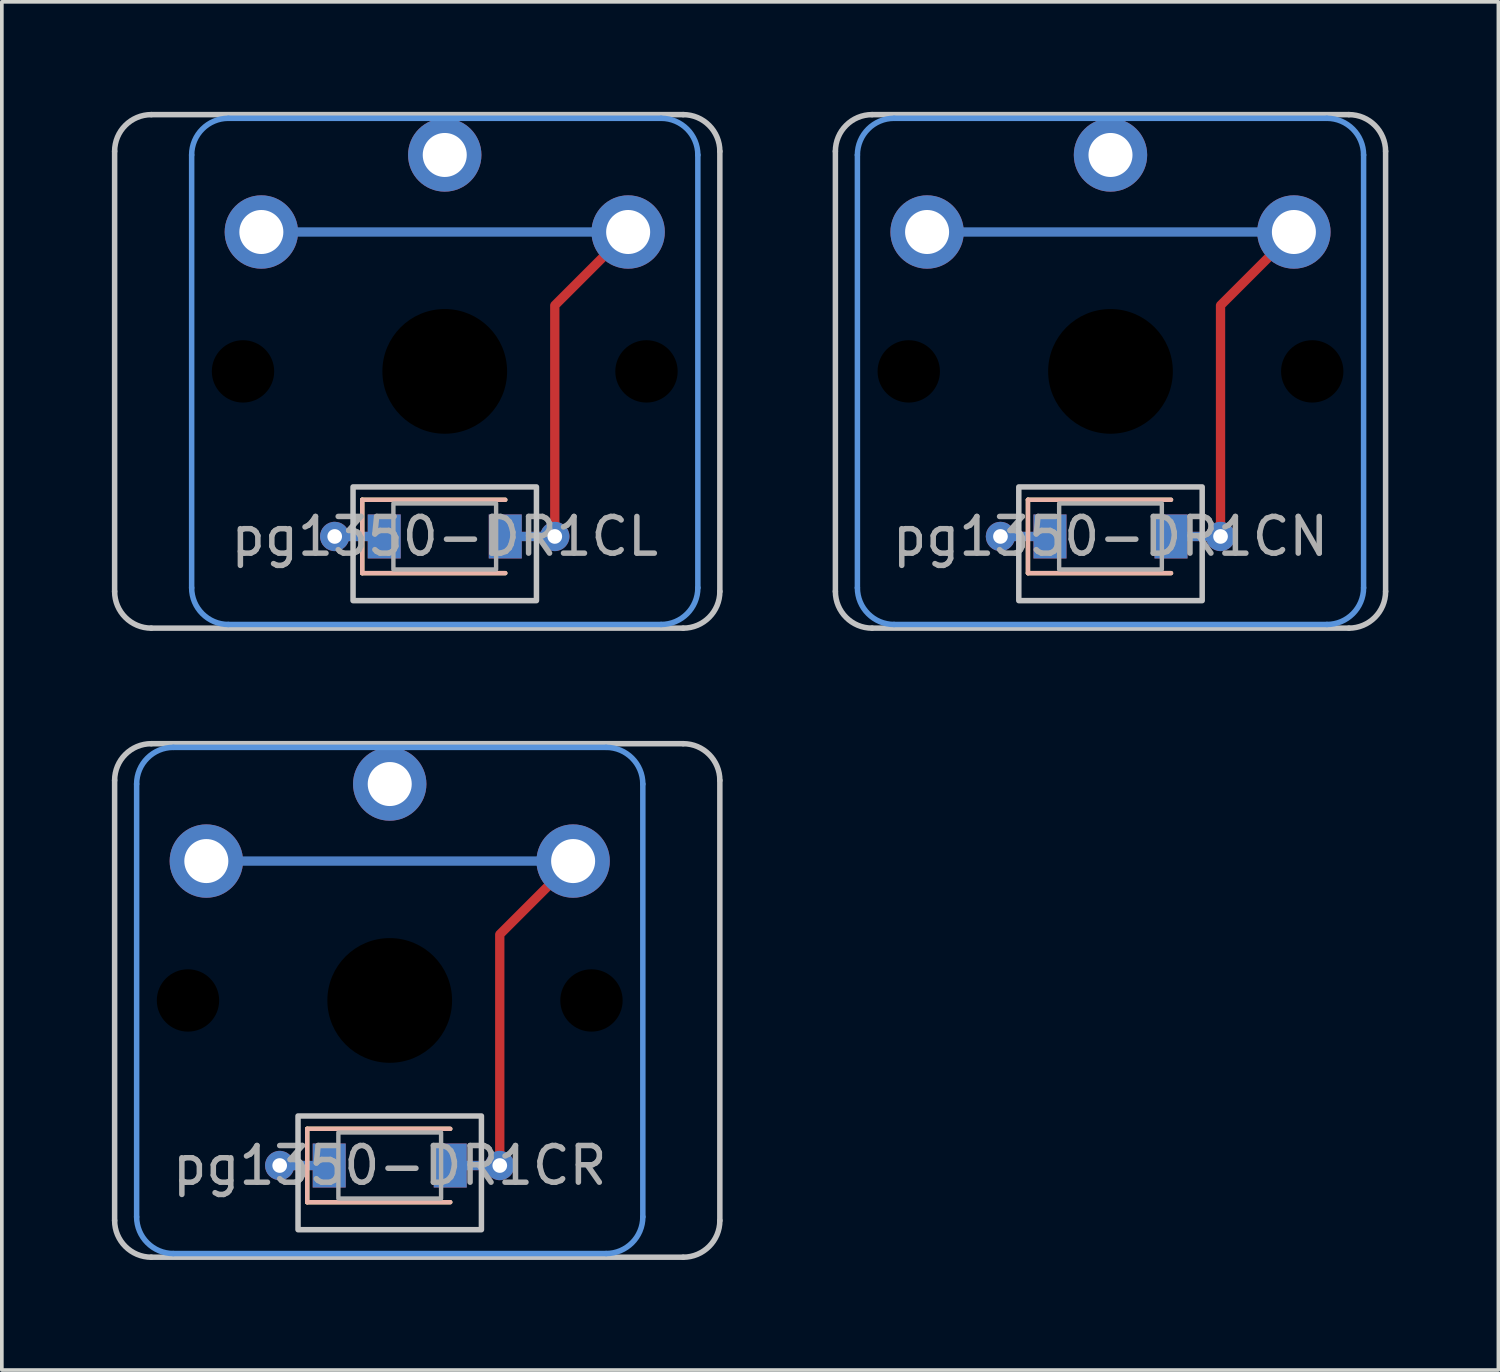
<source format=kicad_pcb>
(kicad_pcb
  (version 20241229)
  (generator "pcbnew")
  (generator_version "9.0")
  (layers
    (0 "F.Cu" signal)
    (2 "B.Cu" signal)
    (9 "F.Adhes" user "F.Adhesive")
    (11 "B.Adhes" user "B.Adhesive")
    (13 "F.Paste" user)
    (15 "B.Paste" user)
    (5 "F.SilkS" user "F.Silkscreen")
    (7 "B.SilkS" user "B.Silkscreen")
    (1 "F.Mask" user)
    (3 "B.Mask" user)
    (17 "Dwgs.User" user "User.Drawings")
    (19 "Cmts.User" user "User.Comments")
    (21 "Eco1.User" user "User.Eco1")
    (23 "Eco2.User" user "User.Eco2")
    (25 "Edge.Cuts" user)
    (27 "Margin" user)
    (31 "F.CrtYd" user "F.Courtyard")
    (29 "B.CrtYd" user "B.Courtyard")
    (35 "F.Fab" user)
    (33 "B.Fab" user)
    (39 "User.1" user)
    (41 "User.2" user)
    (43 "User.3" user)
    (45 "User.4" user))
  (footprint "pg1350-DR1CN"
    (layer "F.Cu")
    (at 27.225 11.575)
    (property "Reference" "pg1350-DR1CN" (at 0 0 0) (layer "F.Fab") (effects (font (size 1 1) (thickness 0.15))))
    (attr smd)
    (fp_line (start -2.25 -1) (end -2.25 1) (stroke (width 0.12) (type solid)) (layer "F.SilkS"))
    (fp_line (start -2.25 1) (end 1.65 1) (stroke (width 0.12) (type solid)) (layer "F.SilkS"))
    (fp_line (start 1.65 -1) (end -2.25 -1) (stroke (width 0.12) (type solid)) (layer "F.SilkS"))
    (fp_line (start -2.25 -1) (end -2.25 1) (stroke (width 0.12) (type solid)) (layer "B.SilkS"))
    (fp_line (start -2.25 1) (end 1.65 1) (stroke (width 0.12) (type solid)) (layer "B.SilkS"))
    (fp_line (start 1.65 -1) (end -2.25 -1) (stroke (width 0.12) (type solid)) (layer "B.SilkS"))
    (fp_line (start -7.5 1.5) (end -7.5 -10.5) (stroke (width 0.15) (type solid)) (layer "Dwgs.User"))
    (fp_line (start -6.5 -11.5) (end 6.5 -11.5) (stroke (width 0.15) (type solid)) (layer "Dwgs.User"))
    (fp_line (start 6.5 2.5) (end -6.5 2.5) (stroke (width 0.15) (type solid)) (layer "Dwgs.User"))
    (fp_line (start 7.5 -10.5) (end 7.5 1.5) (stroke (width 0.15) (type solid)) (layer "Dwgs.User"))
    (fp_rect (start 2.5 1.75) (end -2.5 -1.35) (stroke (width 0.15) (type solid)) (fill no) (layer "Dwgs.User"))
    (fp_arc (start -7.5 -10.5) (mid -7.207107 -11.207107) (end -6.5 -11.5) (stroke (width 0.15) (type solid)) (layer "Dwgs.User"))
    (fp_arc (start -6.5 2.5) (mid -7.207107 2.207107) (end -7.5 1.5) (stroke (width 0.15) (type solid)) (layer "Dwgs.User"))
    (fp_arc (start 6.5 -11.5) (mid 7.207107 -11.207107) (end 7.5 -10.5) (stroke (width 0.15) (type solid)) (layer "Dwgs.User"))
    (fp_arc (start 7.5 1.5) (mid 7.207107 2.207107) (end 6.5 2.5) (stroke (width 0.15) (type solid)) (layer "Dwgs.User"))
    (fp_line (start -6.9 1.4) (end -6.9 -10.4) (stroke (width 0.15) (type solid)) (layer "Cmts.User"))
    (fp_line (start -5.9 -11.4) (end 5.9 -11.4) (stroke (width 0.15) (type solid)) (layer "Cmts.User"))
    (fp_line (start 5.9 2.4) (end -5.9 2.4) (stroke (width 0.15) (type solid)) (layer "Cmts.User"))
    (fp_line (start 6.9 -10.4) (end 6.9 1.4) (stroke (width 0.15) (type solid)) (layer "Cmts.User"))
    (fp_arc (start -6.9 -10.4) (mid -6.607107 -11.107107) (end -5.9 -11.4) (stroke (width 0.15) (type solid)) (layer "Cmts.User"))
    (fp_arc (start -5.9 2.4) (mid -6.607107 2.107107) (end -6.9 1.4) (stroke (width 0.15) (type solid)) (layer "Cmts.User"))
    (fp_arc (start 5.9 -11.4) (mid 6.607107 -11.107107) (end 6.9 -10.4) (stroke (width 0.15) (type solid)) (layer "Cmts.User"))
    (fp_arc (start 6.9 1.4) (mid 6.607107 2.107107) (end 5.9 2.4) (stroke (width 0.15) (type solid)) (layer "Cmts.User"))
    (fp_rect (start 1.4 0.9) (end -1.4 -0.9) (stroke (width 0.12) (type solid)) (fill no) (layer "F.Fab"))
    (pad "" np_thru_hole circle (at -5.5 -4.5) (size 1.7 1.7) (drill 1.7) (layers "*.Mask"))
    (pad "" np_thru_hole circle (at 0 -4.5) (size 3.4 3.4) (drill 3.4) (layers "*.Mask"))
    (pad "" np_thru_hole circle (at 5.5 -4.5) (size 1.7 1.7) (drill 1.7) (layers "*.Mask"))
    (pad "1" thru_hole circle (at 0 -10.4) (size 2 2) (drill 1.2) (layers "*.Cu" "*.Mask"))
    (pad "2" smd rect (at -1.65 0) (size 0.9 1.2) (layers "*.Cu" "*.Mask"))
    (pad "3" smd custom (at -5 -8.3) (size 0.254 0.254) (layers "B.Cu") (options (anchor circle)) (primitives (gr_line (start 0 0) (end 10 0) (width 0.254))))
    (pad "3" thru_hole circle (at -5 -8.3) (size 2 2) (drill 1.2) (layers "*.Cu" "F.Mask"))
    (pad "3" thru_hole circle (at -3 0) (size 0.8 0.8) (drill 0.4) (layers "*.Cu"))
    (pad "3" smd oval (at -2.325 0) (size 1.604 0.254) (layers "F.Cu"))
    (pad "3" smd oval (at -2.325 0) (size 1.604 0.254) (layers "B.Cu"))
    (pad "3" smd rect (at 1.65 0) (size 0.9 1.2) (layers "*.Cu" "*.Mask"))
    (pad "3" smd oval (at 2.325 0) (size 1.604 0.254) (layers "F.Cu"))
    (pad "3" smd oval (at 2.325 0) (size 1.604 0.254) (layers "B.Cu"))
    (pad "3" smd custom (at 3 0) (size 0.254 0.254) (layers "F.Cu") (options (anchor circle)) (primitives (gr_line (start 2 -8.3) (end 0 -6.3) (width 0.254)) (gr_line (start 0 -6.3) (end 0 -1.35) (width 0.254)) (gr_line (start 0 -1.35) (end 0 0) (width 0.254))))
    (pad "3" thru_hole circle (at 3 0) (size 0.8 0.8) (drill 0.4) (layers "*.Cu"))
    (pad "3" thru_hole circle (at 5 -8.3) (size 2 2) (drill 1.2) (layers "*.Cu" "B.Mask")))
  (footprint "pg1350-DR1CL"
    (layer "F.Cu")
    (at 9.075 11.575)
    (property "Reference" "pg1350-DR1CL" (at 0 0 0) (layer "F.Fab") (effects (font (size 1 1) (thickness 0.15))))
    (attr smd)
    (fp_line (start -2.25 -1) (end -2.25 1) (stroke (width 0.12) (type solid)) (layer "F.SilkS"))
    (fp_line (start -2.25 1) (end 1.65 1) (stroke (width 0.12) (type solid)) (layer "F.SilkS"))
    (fp_line (start 1.65 -1) (end -2.25 -1) (stroke (width 0.12) (type solid)) (layer "F.SilkS"))
    (fp_line (start -2.25 -1) (end -2.25 1) (stroke (width 0.12) (type solid)) (layer "B.SilkS"))
    (fp_line (start -2.25 1) (end 1.65 1) (stroke (width 0.12) (type solid)) (layer "B.SilkS"))
    (fp_line (start 1.65 -1) (end -2.25 -1) (stroke (width 0.12) (type solid)) (layer "B.SilkS"))
    (fp_line (start -9 1.5) (end -9 -10.5) (stroke (width 0.15) (type solid)) (layer "Dwgs.User"))
    (fp_line (start -8 -11.5) (end 6.5 -11.5) (stroke (width 0.15) (type solid)) (layer "Dwgs.User"))
    (fp_line (start 6.5 2.5) (end -8 2.5) (stroke (width 0.15) (type solid)) (layer "Dwgs.User"))
    (fp_line (start 7.5 -10.5) (end 7.5 1.5) (stroke (width 0.15) (type solid)) (layer "Dwgs.User"))
    (fp_rect (start 2.5 1.75) (end -2.5 -1.35) (stroke (width 0.15) (type solid)) (fill no) (layer "Dwgs.User"))
    (fp_arc (start -9 -10.5) (mid -8.707107 -11.207107) (end -8 -11.5) (stroke (width 0.15) (type solid)) (layer "Dwgs.User"))
    (fp_arc (start -8 2.5) (mid -8.707107 2.207107) (end -9 1.5) (stroke (width 0.15) (type solid)) (layer "Dwgs.User"))
    (fp_arc (start 6.5 -11.5) (mid 7.207107 -11.207107) (end 7.5 -10.5) (stroke (width 0.15) (type solid)) (layer "Dwgs.User"))
    (fp_arc (start 7.5 1.5) (mid 7.207107 2.207107) (end 6.5 2.5) (stroke (width 0.15) (type solid)) (layer "Dwgs.User"))
    (fp_line (start -6.9 1.4) (end -6.9 -10.4) (stroke (width 0.15) (type solid)) (layer "Cmts.User"))
    (fp_line (start -5.9 -11.4) (end 5.9 -11.4) (stroke (width 0.15) (type solid)) (layer "Cmts.User"))
    (fp_line (start 5.9 2.4) (end -5.9 2.4) (stroke (width 0.15) (type solid)) (layer "Cmts.User"))
    (fp_line (start 6.9 -10.4) (end 6.9 1.4) (stroke (width 0.15) (type solid)) (layer "Cmts.User"))
    (fp_arc (start -6.9 -10.4) (mid -6.607107 -11.107107) (end -5.9 -11.4) (stroke (width 0.15) (type solid)) (layer "Cmts.User"))
    (fp_arc (start -5.9 2.4) (mid -6.607107 2.107107) (end -6.9 1.4) (stroke (width 0.15) (type solid)) (layer "Cmts.User"))
    (fp_arc (start 5.9 -11.4) (mid 6.607107 -11.107107) (end 6.9 -10.4) (stroke (width 0.15) (type solid)) (layer "Cmts.User"))
    (fp_arc (start 6.9 1.4) (mid 6.607107 2.107107) (end 5.9 2.4) (stroke (width 0.15) (type solid)) (layer "Cmts.User"))
    (fp_rect (start 1.4 0.9) (end -1.4 -0.9) (stroke (width 0.12) (type solid)) (fill no) (layer "F.Fab"))
    (pad "" np_thru_hole circle (at -5.5 -4.5) (size 1.7 1.7) (drill 1.7) (layers "*.Mask"))
    (pad "" np_thru_hole circle (at 0 -4.5) (size 3.4 3.4) (drill 3.4) (layers "*.Mask"))
    (pad "" np_thru_hole circle (at 5.5 -4.5) (size 1.7 1.7) (drill 1.7) (layers "*.Mask"))
    (pad "1" thru_hole circle (at 0 -10.4) (size 2 2) (drill 1.2) (layers "*.Cu" "*.Mask"))
    (pad "2" smd rect (at -1.65 0) (size 0.9 1.2) (layers "*.Cu" "*.Mask"))
    (pad "3" smd custom (at -5 -8.3) (size 0.254 0.254) (layers "B.Cu") (options (anchor circle)) (primitives (gr_line (start 0 0) (end 10 0) (width 0.254))))
    (pad "3" thru_hole circle (at -5 -8.3) (size 2 2) (drill 1.2) (layers "*.Cu" "F.Mask"))
    (pad "3" thru_hole circle (at -3 0) (size 0.8 0.8) (drill 0.4) (layers "*.Cu"))
    (pad "3" smd oval (at -2.325 0) (size 1.604 0.254) (layers "F.Cu"))
    (pad "3" smd oval (at -2.325 0) (size 1.604 0.254) (layers "B.Cu"))
    (pad "3" smd rect (at 1.65 0) (size 0.9 1.2) (layers "*.Cu" "*.Mask"))
    (pad "3" smd oval (at 2.325 0) (size 1.604 0.254) (layers "F.Cu"))
    (pad "3" smd oval (at 2.325 0) (size 1.604 0.254) (layers "B.Cu"))
    (pad "3" smd custom (at 3 0) (size 0.254 0.254) (layers "F.Cu") (options (anchor circle)) (primitives (gr_line (start 2 -8.3) (end 0 -6.3) (width 0.254)) (gr_line (start 0 -6.3) (end 0 -1.35) (width 0.254)) (gr_line (start 0 -1.35) (end 0 0) (width 0.254))))
    (pad "3" thru_hole circle (at 3 0) (size 0.8 0.8) (drill 0.4) (layers "*.Cu"))
    (pad "3" thru_hole circle (at 5 -8.3) (size 2 2) (drill 1.2) (layers "*.Cu" "B.Mask")))
  (footprint "pg1350-DR1CR"
    (layer "F.Cu")
    (at 7.575 28.725)
    (property "Reference" "pg1350-DR1CR" (at 0 0 0) (layer "F.Fab") (effects (font (size 1 1) (thickness 0.15))))
    (attr smd)
    (fp_line (start -2.25 -1) (end -2.25 1) (stroke (width 0.12) (type solid)) (layer "F.SilkS"))
    (fp_line (start -2.25 1) (end 1.65 1) (stroke (width 0.12) (type solid)) (layer "F.SilkS"))
    (fp_line (start 1.65 -1) (end -2.25 -1) (stroke (width 0.12) (type solid)) (layer "F.SilkS"))
    (fp_line (start -2.25 -1) (end -2.25 1) (stroke (width 0.12) (type solid)) (layer "B.SilkS"))
    (fp_line (start -2.25 1) (end 1.65 1) (stroke (width 0.12) (type solid)) (layer "B.SilkS"))
    (fp_line (start 1.65 -1) (end -2.25 -1) (stroke (width 0.12) (type solid)) (layer "B.SilkS"))
    (fp_line (start -7.5 1.5) (end -7.5 -10.5) (stroke (width 0.15) (type solid)) (layer "Dwgs.User"))
    (fp_line (start -6.5 -11.5) (end 8 -11.5) (stroke (width 0.15) (type solid)) (layer "Dwgs.User"))
    (fp_line (start 8 2.5) (end -6.5 2.5) (stroke (width 0.15) (type solid)) (layer "Dwgs.User"))
    (fp_line (start 9 -10.5) (end 9 1.5) (stroke (width 0.15) (type solid)) (layer "Dwgs.User"))
    (fp_rect (start 2.5 1.75) (end -2.5 -1.35) (stroke (width 0.15) (type solid)) (fill no) (layer "Dwgs.User"))
    (fp_arc (start -7.5 -10.5) (mid -7.207107 -11.207107) (end -6.5 -11.5) (stroke (width 0.15) (type solid)) (layer "Dwgs.User"))
    (fp_arc (start -6.5 2.5) (mid -7.207107 2.207107) (end -7.5 1.5) (stroke (width 0.15) (type solid)) (layer "Dwgs.User"))
    (fp_arc (start 8 -11.5) (mid 8.707107 -11.207107) (end 9 -10.5) (stroke (width 0.15) (type solid)) (layer "Dwgs.User"))
    (fp_arc (start 9 1.5) (mid 8.707107 2.207107) (end 8 2.5) (stroke (width 0.15) (type solid)) (layer "Dwgs.User"))
    (fp_line (start -6.9 1.4) (end -6.9 -10.4) (stroke (width 0.15) (type solid)) (layer "Cmts.User"))
    (fp_line (start -5.9 -11.4) (end 5.9 -11.4) (stroke (width 0.15) (type solid)) (layer "Cmts.User"))
    (fp_line (start 5.9 2.4) (end -5.9 2.4) (stroke (width 0.15) (type solid)) (layer "Cmts.User"))
    (fp_line (start 6.9 -10.4) (end 6.9 1.4) (stroke (width 0.15) (type solid)) (layer "Cmts.User"))
    (fp_arc (start -6.9 -10.4) (mid -6.607107 -11.107107) (end -5.9 -11.4) (stroke (width 0.15) (type solid)) (layer "Cmts.User"))
    (fp_arc (start -5.9 2.4) (mid -6.607107 2.107107) (end -6.9 1.4) (stroke (width 0.15) (type solid)) (layer "Cmts.User"))
    (fp_arc (start 5.9 -11.4) (mid 6.607107 -11.107107) (end 6.9 -10.4) (stroke (width 0.15) (type solid)) (layer "Cmts.User"))
    (fp_arc (start 6.9 1.4) (mid 6.607107 2.107107) (end 5.9 2.4) (stroke (width 0.15) (type solid)) (layer "Cmts.User"))
    (fp_rect (start 1.4 0.9) (end -1.4 -0.9) (stroke (width 0.12) (type solid)) (fill no) (layer "F.Fab"))
    (pad "" np_thru_hole circle (at -5.5 -4.5) (size 1.7 1.7) (drill 1.7) (layers "*.Mask"))
    (pad "" np_thru_hole circle (at 0 -4.5) (size 3.4 3.4) (drill 3.4) (layers "*.Mask"))
    (pad "" np_thru_hole circle (at 5.5 -4.5) (size 1.7 1.7) (drill 1.7) (layers "*.Mask"))
    (pad "1" thru_hole circle (at 0 -10.4) (size 2 2) (drill 1.2) (layers "*.Cu" "*.Mask"))
    (pad "2" smd rect (at -1.65 0) (size 0.9 1.2) (layers "*.Cu" "*.Mask"))
    (pad "3" smd custom (at -5 -8.3) (size 0.254 0.254) (layers "B.Cu") (options (anchor circle)) (primitives (gr_line (start 0 0) (end 10 0) (width 0.254))))
    (pad "3" thru_hole circle (at -5 -8.3) (size 2 2) (drill 1.2) (layers "*.Cu" "F.Mask"))
    (pad "3" thru_hole circle (at -3 0) (size 0.8 0.8) (drill 0.4) (layers "*.Cu"))
    (pad "3" smd oval (at -2.325 0) (size 1.604 0.254) (layers "F.Cu"))
    (pad "3" smd oval (at -2.325 0) (size 1.604 0.254) (layers "B.Cu"))
    (pad "3" smd rect (at 1.65 0) (size 0.9 1.2) (layers "*.Cu" "*.Mask"))
    (pad "3" smd oval (at 2.325 0) (size 1.604 0.254) (layers "F.Cu"))
    (pad "3" smd oval (at 2.325 0) (size 1.604 0.254) (layers "B.Cu"))
    (pad "3" smd custom (at 3 0) (size 0.254 0.254) (layers "F.Cu") (options (anchor circle)) (primitives (gr_line (start 2 -8.3) (end 0 -6.3) (width 0.254)) (gr_line (start 0 -6.3) (end 0 -1.35) (width 0.254)) (gr_line (start 0 -1.35) (end 0 0) (width 0.254))))
    (pad "3" thru_hole circle (at 3 0) (size 0.8 0.8) (drill 0.4) (layers "*.Cu"))
    (pad "3" thru_hole circle (at 5 -8.3) (size 2 2) (drill 1.2) (layers "*.Cu" "B.Mask")))
  (gr_rect
    (start -3 -3)
    (end 37.8 34.3)
    (stroke (width 0.1) (type default))
    (fill no)
    (layer "Edge.Cuts")))
</source>
